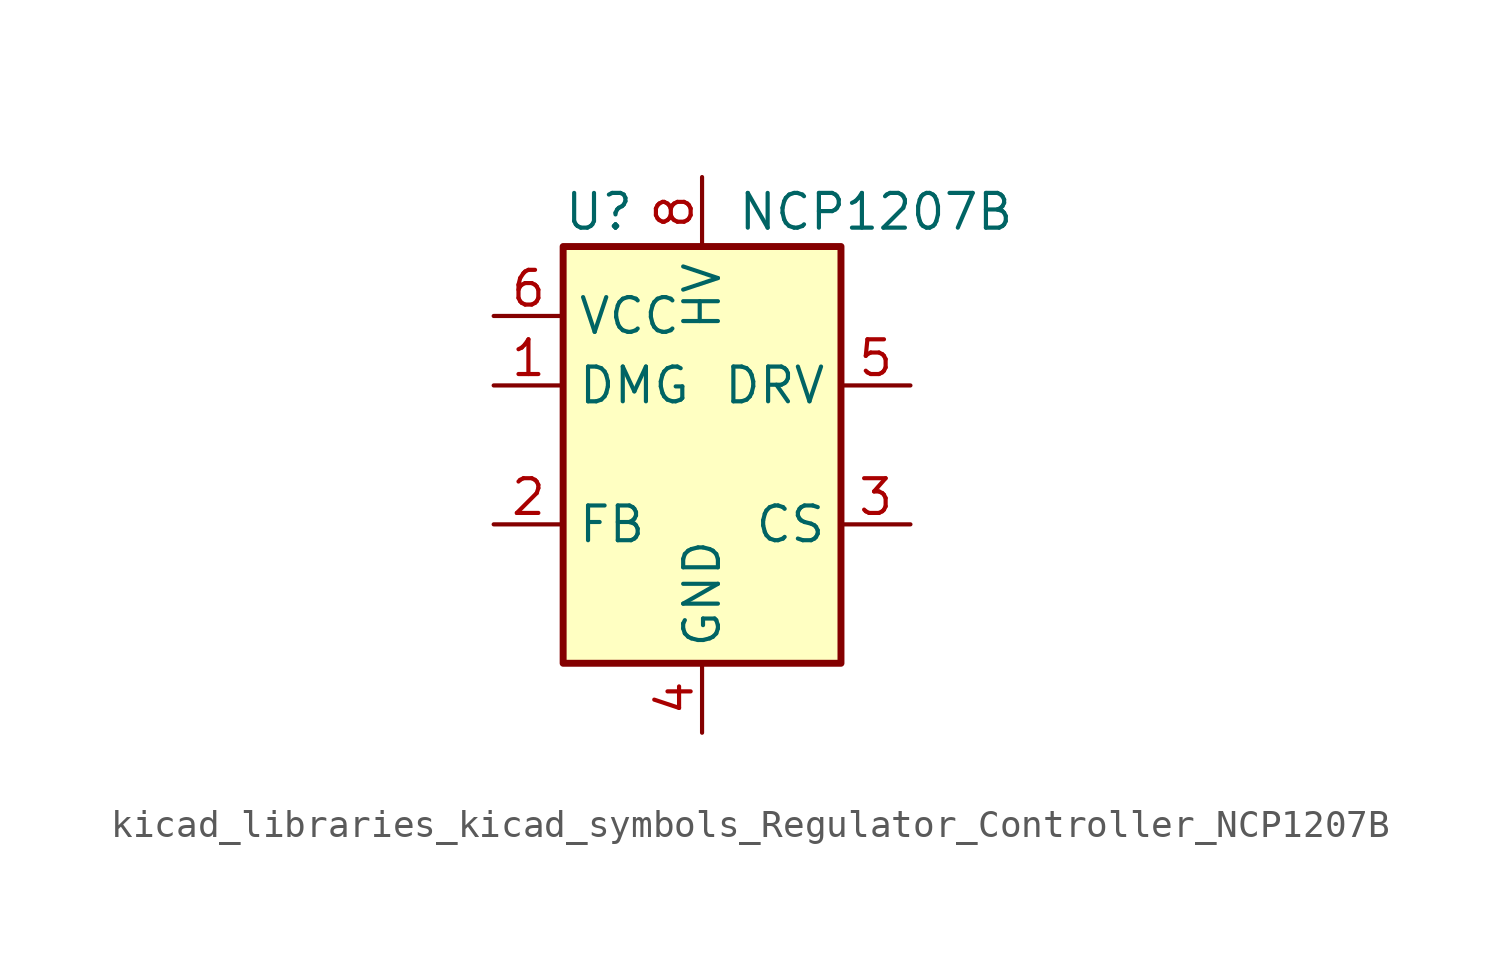
<source format=kicad_sym>
(kicad_symbol_lib
  (version 20220914)
  (generator kicad_symbol_editor)
  (symbol "kicad_libraries_kicad_symbols_Regulator_Controller_NCP1207B"
    (property "Reference" "U"
      (at -5.08 8.89 0)
      (effects (font (size 1.27 1.27)) (justify left)))
    (property "Value" "NCP1207B"
      (at 1.27 8.89 0)
      (effects (font (size 1.27 1.27)) (justify left)))
    (symbol "kicad_libraries_kicad_symbols_Regulator_Controller_NCP1207B_0_0"
      (rectangle (start -5.08 7.62) (end 5.08 -7.62) (stroke (width 0.254) (type default)) (fill (type background))))
    (symbol "kicad_libraries_kicad_symbols_Regulator_Controller_NCP1207B_1_1"
      (pin input line (at -7.62 2.54 0) (length 2.54) (name "DMG" (effects (font (size 1.27 1.27)))) (number "1" (effects (font (size 1.27 1.27)))))
      (pin input line (at -7.62 -2.54 0) (length 2.54) (name "FB" (effects (font (size 1.27 1.27)))) (number "2" (effects (font (size 1.27 1.27)))))
      (pin input line (at 7.62 -2.54 180) (length 2.54) (name "CS" (effects (font (size 1.27 1.27)))) (number "3" (effects (font (size 1.27 1.27)))))
      (pin power_in line (at 0 -10.16 90) (length 2.54) (name "GND" (effects (font (size 1.27 1.27)))) (number "4" (effects (font (size 1.27 1.27)))))
      (pin output line (at 7.62 2.54 180) (length 2.54) (name "DRV" (effects (font (size 1.27 1.27)))) (number "5" (effects (font (size 1.27 1.27)))))
      (pin power_in line (at -7.62 5.08 0) (length 2.54) (name "VCC" (effects (font (size 1.27 1.27)))) (number "6" (effects (font (size 1.27 1.27)))))
      (pin input line (at 0 10.16 270) (length 2.54) (name "HV" (effects (font (size 1.27 1.27)))) (number "8" (effects (font (size 1.27 1.27))))))))
</source>
